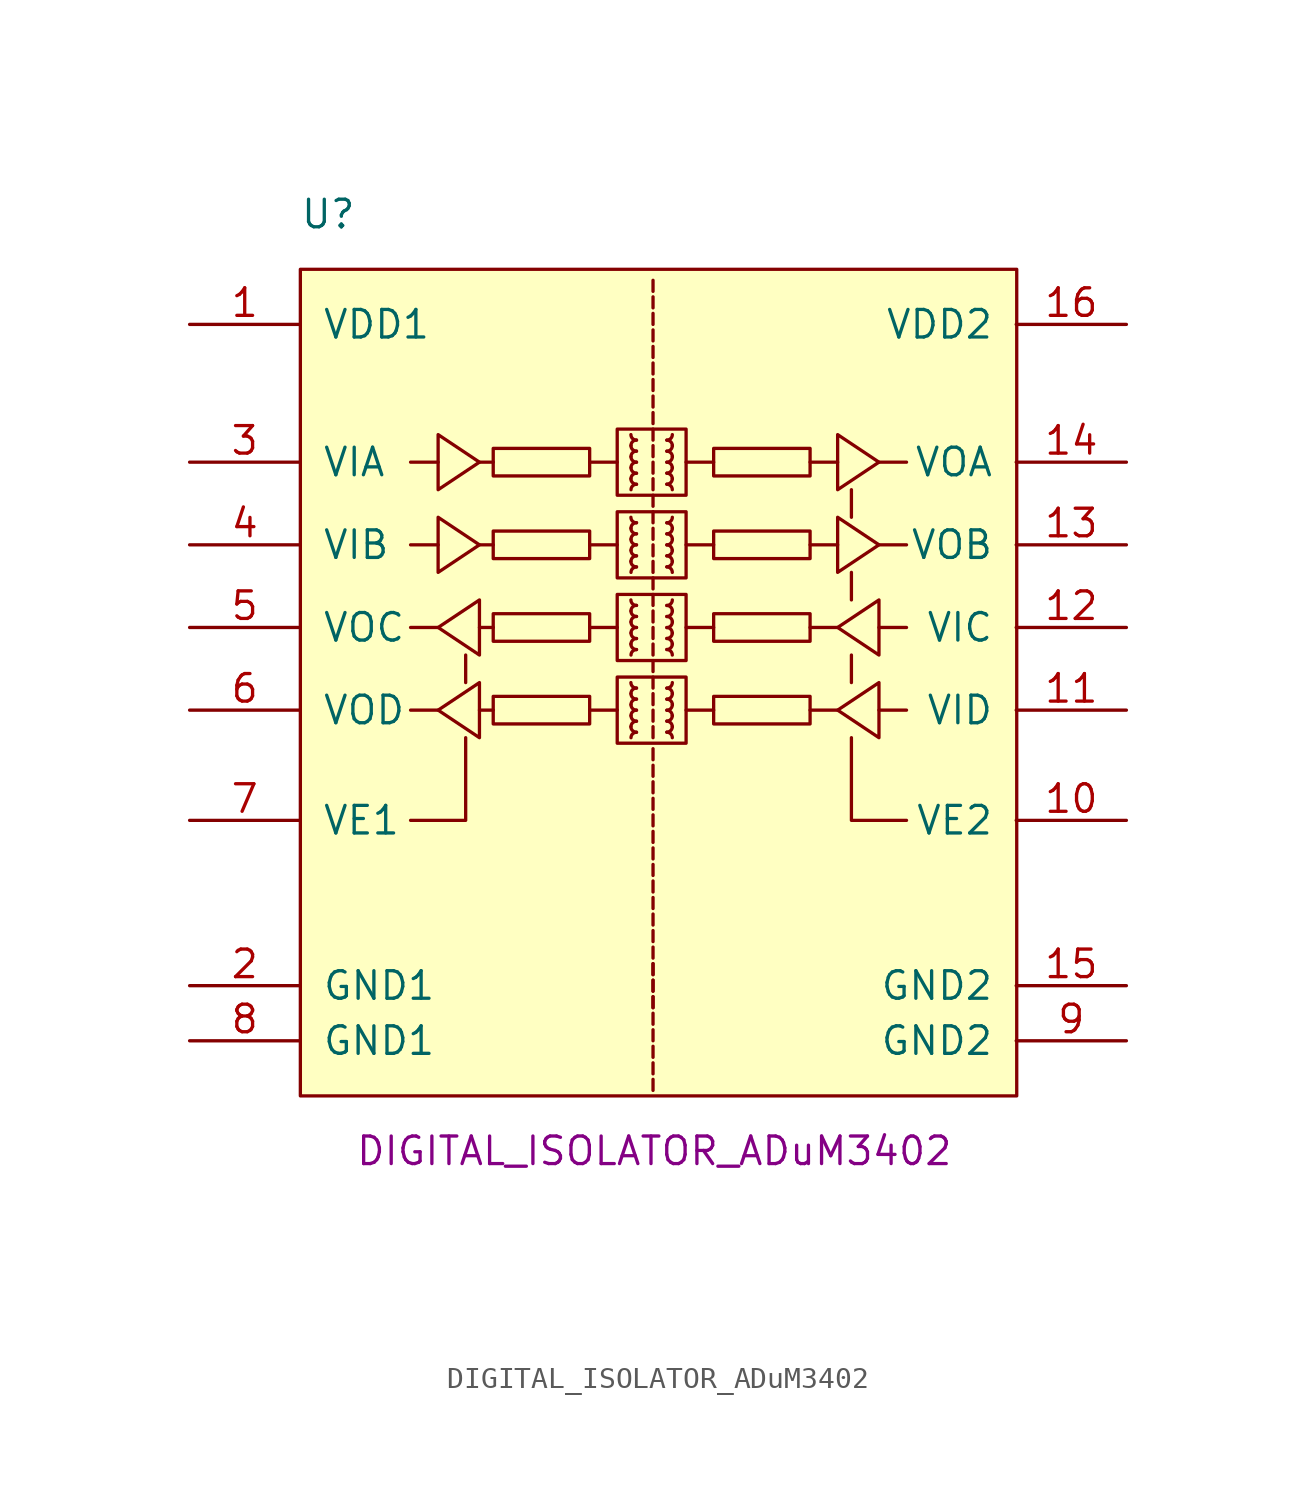
<source format=kicad_sym>
(kicad_symbol_lib
  (version 20211014)
  (generator kicad_symbol_editor)
  (symbol "DIGITAL_ISOLATOR_ADuM3402"
    (pin_names
      (offset 1.016))
    (property "Reference" "U"
      (at 5.08 38.1 0)
      (effects (font (size 1.27 1.27)) (justify left)))
    (property "Displayed Value" "DIGITAL_ISOLATOR_ADuM3402"
      (at 7.62 -5.08 0)
      (effects (font (size 1.27 1.27)) (justify left)))
    (property "Voltage" ""
      (at 22.225 -9.525 0)
      (effects (font (size 1.27 1.27)) (justify left)))
    (symbol "DIGITAL_ISOLATOR_ADuM3402_0_1"
      (polyline (pts (xy 10.185 22.86) (xy 11.455 22.86)) (stroke (width 0) (type default) (color 0 0 0 0)) (fill (type none)))
      (polyline (pts (xy 10.185 26.67) (xy 11.455 26.67)) (stroke (width 0) (type default) (color 0 0 0 0)) (fill (type none)))
      (polyline (pts (xy 11.455 15.24) (xy 10.185 15.24)) (stroke (width 0) (type default) (color 0 0 0 0)) (fill (type none)))
      (polyline (pts (xy 11.455 19.05) (xy 10.185 19.05)) (stroke (width 0) (type default) (color 0 0 0 0)) (fill (type none)))
      (polyline (pts (xy 12.725 16.51) (xy 12.725 17.78)) (stroke (width 0) (type default) (color 0 0 0 0)) (fill (type none)))
      (polyline (pts (xy 13.36 22.86) (xy 13.995 22.86)) (stroke (width 0) (type default) (color 0 0 0 0)) (fill (type none)))
      (polyline (pts (xy 13.36 26.67) (xy 13.995 26.67)) (stroke (width 0) (type default) (color 0 0 0 0)) (fill (type none)))
      (polyline (pts (xy 13.995 15.24) (xy 13.36 15.24)) (stroke (width 0) (type default) (color 0 0 0 0)) (fill (type none)))
      (polyline (pts (xy 13.995 19.05) (xy 13.36 19.05)) (stroke (width 0) (type default) (color 0 0 0 0)) (fill (type none)))
      (polyline (pts (xy 18.44 22.86) (xy 19.71 22.86)) (stroke (width 0) (type default) (color 0 0 0 0)) (fill (type none)))
      (polyline (pts (xy 18.44 26.67) (xy 19.71 26.67)) (stroke (width 0) (type default) (color 0 0 0 0)) (fill (type none)))
      (polyline (pts (xy 19.71 15.24) (xy 18.44 15.24)) (stroke (width 0) (type default) (color 0 0 0 0)) (fill (type none)))
      (polyline (pts (xy 19.71 19.05) (xy 18.44 19.05)) (stroke (width 0) (type default) (color 0 0 0 0)) (fill (type none)))
      (polyline (pts (xy 21.361 -1.778) (xy 21.361 -2.286)) (stroke (width 0) (type default) (color 0 0 0 0)) (fill (type none)))
      (polyline (pts (xy 21.361 -1.016) (xy 21.361 -1.524)) (stroke (width 0) (type default) (color 0 0 0 0)) (fill (type none)))
      (polyline (pts (xy 21.361 -0.254) (xy 21.361 -0.762)) (stroke (width 0) (type default) (color 0 0 0 0)) (fill (type none)))
      (polyline (pts (xy 21.361 0.508) (xy 21.361 0)) (stroke (width 0) (type default) (color 0 0 0 0)) (fill (type none)))
      (polyline (pts (xy 21.361 1.27) (xy 21.361 0.762)) (stroke (width 0) (type default) (color 0 0 0 0)) (fill (type none)))
      (polyline (pts (xy 21.361 2.032) (xy 21.361 1.524)) (stroke (width 0) (type default) (color 0 0 0 0)) (fill (type none)))
      (polyline (pts (xy 21.361 2.032) (xy 21.361 1.524)) (stroke (width 0) (type default) (color 0 0 0 0)) (fill (type none)))
      (polyline (pts (xy 21.361 2.794) (xy 21.361 2.286)) (stroke (width 0) (type default) (color 0 0 0 0)) (fill (type none)))
      (polyline (pts (xy 21.361 2.794) (xy 21.361 2.286)) (stroke (width 0) (type default) (color 0 0 0 0)) (fill (type none)))
      (polyline (pts (xy 21.361 3.556) (xy 21.361 3.048)) (stroke (width 0) (type default) (color 0 0 0 0)) (fill (type none)))
      (polyline (pts (xy 21.361 3.556) (xy 21.361 3.048)) (stroke (width 0) (type default) (color 0 0 0 0)) (fill (type none)))
      (polyline (pts (xy 21.361 4.318) (xy 21.361 3.81)) (stroke (width 0) (type default) (color 0 0 0 0)) (fill (type none)))
      (polyline (pts (xy 21.361 5.08) (xy 21.361 4.572)) (stroke (width 0) (type default) (color 0 0 0 0)) (fill (type none)))
      (polyline (pts (xy 21.361 5.842) (xy 21.361 5.334)) (stroke (width 0) (type default) (color 0 0 0 0)) (fill (type none)))
      (polyline (pts (xy 21.361 6.604) (xy 21.361 6.096)) (stroke (width 0) (type default) (color 0 0 0 0)) (fill (type none)))
      (polyline (pts (xy 21.361 7.366) (xy 21.361 6.858)) (stroke (width 0) (type default) (color 0 0 0 0)) (fill (type none)))
      (polyline (pts (xy 21.361 8.128) (xy 21.361 7.62)) (stroke (width 0) (type default) (color 0 0 0 0)) (fill (type none)))
      (polyline (pts (xy 21.361 8.89) (xy 21.361 8.382)) (stroke (width 0) (type default) (color 0 0 0 0)) (fill (type none)))
      (polyline (pts (xy 21.361 9.652) (xy 21.361 9.144)) (stroke (width 0) (type default) (color 0 0 0 0)) (fill (type none)))
      (polyline (pts (xy 21.361 10.414) (xy 21.361 9.906)) (stroke (width 0) (type default) (color 0 0 0 0)) (fill (type none)))
      (polyline (pts (xy 21.361 11.176) (xy 21.361 10.668)) (stroke (width 0) (type default) (color 0 0 0 0)) (fill (type none)))
      (polyline (pts (xy 21.361 11.938) (xy 21.361 11.43)) (stroke (width 0) (type default) (color 0 0 0 0)) (fill (type none)))
      (polyline (pts (xy 21.361 12.7) (xy 21.361 12.192)) (stroke (width 0) (type default) (color 0 0 0 0)) (fill (type none)))
      (polyline (pts (xy 21.361 13.462) (xy 21.361 12.954)) (stroke (width 0) (type default) (color 0 0 0 0)) (fill (type none)))
      (polyline (pts (xy 21.361 14.478) (xy 21.361 13.97)) (stroke (width 0) (type default) (color 0 0 0 0)) (fill (type none)))
      (polyline (pts (xy 21.361 15.24) (xy 21.361 14.732)) (stroke (width 0) (type default) (color 0 0 0 0)) (fill (type none)))
      (polyline (pts (xy 21.361 16.002) (xy 21.361 15.494)) (stroke (width 0) (type default) (color 0 0 0 0)) (fill (type none)))
      (polyline (pts (xy 21.361 16.764) (xy 21.361 16.256)) (stroke (width 0) (type default) (color 0 0 0 0)) (fill (type none)))
      (polyline (pts (xy 21.361 17.526) (xy 21.361 17.018)) (stroke (width 0) (type default) (color 0 0 0 0)) (fill (type none)))
      (polyline (pts (xy 21.361 18.288) (xy 21.361 17.78)) (stroke (width 0) (type default) (color 0 0 0 0)) (fill (type none)))
      (polyline (pts (xy 21.361 19.05) (xy 21.361 18.542)) (stroke (width 0) (type default) (color 0 0 0 0)) (fill (type none)))
      (polyline (pts (xy 21.361 19.812) (xy 21.361 19.304)) (stroke (width 0) (type default) (color 0 0 0 0)) (fill (type none)))
      (polyline (pts (xy 21.361 20.574) (xy 21.361 20.066)) (stroke (width 0) (type default) (color 0 0 0 0)) (fill (type none)))
      (polyline (pts (xy 21.361 21.336) (xy 21.361 20.828)) (stroke (width 0) (type default) (color 0 0 0 0)) (fill (type none)))
      (polyline (pts (xy 21.361 22.098) (xy 21.361 21.59)) (stroke (width 0) (type default) (color 0 0 0 0)) (fill (type none)))
      (polyline (pts (xy 21.361 22.86) (xy 21.361 22.352)) (stroke (width 0) (type default) (color 0 0 0 0)) (fill (type none)))
      (polyline (pts (xy 21.361 23.622) (xy 21.361 23.114)) (stroke (width 0) (type default) (color 0 0 0 0)) (fill (type none)))
      (polyline (pts (xy 21.361 24.384) (xy 21.361 23.876)) (stroke (width 0) (type default) (color 0 0 0 0)) (fill (type none)))
      (polyline (pts (xy 21.361 25.146) (xy 21.361 24.638)) (stroke (width 0) (type default) (color 0 0 0 0)) (fill (type none)))
      (polyline (pts (xy 21.361 25.908) (xy 21.361 25.4)) (stroke (width 0) (type default) (color 0 0 0 0)) (fill (type none)))
      (polyline (pts (xy 21.361 26.67) (xy 21.361 26.162)) (stroke (width 0) (type default) (color 0 0 0 0)) (fill (type none)))
      (polyline (pts (xy 21.361 27.432) (xy 21.361 26.924)) (stroke (width 0) (type default) (color 0 0 0 0)) (fill (type none)))
      (polyline (pts (xy 21.361 28.194) (xy 21.361 27.686)) (stroke (width 0) (type default) (color 0 0 0 0)) (fill (type none)))
      (polyline (pts (xy 21.361 28.956) (xy 21.361 28.448)) (stroke (width 0) (type default) (color 0 0 0 0)) (fill (type none)))
      (polyline (pts (xy 21.361 29.718) (xy 21.361 29.21)) (stroke (width 0) (type default) (color 0 0 0 0)) (fill (type none)))
      (polyline (pts (xy 21.361 30.48) (xy 21.361 29.972)) (stroke (width 0) (type default) (color 0 0 0 0)) (fill (type none)))
      (polyline (pts (xy 21.361 31.242) (xy 21.361 30.734)) (stroke (width 0) (type default) (color 0 0 0 0)) (fill (type none)))
      (polyline (pts (xy 21.361 32.004) (xy 21.361 31.496)) (stroke (width 0) (type default) (color 0 0 0 0)) (fill (type none)))
      (polyline (pts (xy 21.361 32.766) (xy 21.361 32.258)) (stroke (width 0) (type default) (color 0 0 0 0)) (fill (type none)))
      (polyline (pts (xy 21.361 33.528) (xy 21.361 33.02)) (stroke (width 0) (type default) (color 0 0 0 0)) (fill (type none)))
      (polyline (pts (xy 21.361 34.29) (xy 21.361 33.782)) (stroke (width 0) (type default) (color 0 0 0 0)) (fill (type none)))
      (polyline (pts (xy 21.361 35.052) (xy 21.361 34.544)) (stroke (width 0) (type default) (color 0 0 0 0)) (fill (type none)))
      (polyline (pts (xy 22.885 22.86) (xy 24.155 22.86)) (stroke (width 0) (type default) (color 0 0 0 0)) (fill (type none)))
      (polyline (pts (xy 22.885 26.67) (xy 24.155 26.67)) (stroke (width 0) (type default) (color 0 0 0 0)) (fill (type none)))
      (polyline (pts (xy 24.155 15.24) (xy 22.885 15.24)) (stroke (width 0) (type default) (color 0 0 0 0)) (fill (type none)))
      (polyline (pts (xy 24.155 19.05) (xy 22.885 19.05)) (stroke (width 0) (type default) (color 0 0 0 0)) (fill (type none)))
      (polyline (pts (xy 28.6 22.86) (xy 29.87 22.86)) (stroke (width 0) (type default) (color 0 0 0 0)) (fill (type none)))
      (polyline (pts (xy 28.6 26.67) (xy 29.87 26.67)) (stroke (width 0) (type default) (color 0 0 0 0)) (fill (type none)))
      (polyline (pts (xy 29.87 15.24) (xy 28.6 15.24)) (stroke (width 0) (type default) (color 0 0 0 0)) (fill (type none)))
      (polyline (pts (xy 29.87 19.05) (xy 28.6 19.05)) (stroke (width 0) (type default) (color 0 0 0 0)) (fill (type none)))
      (polyline (pts (xy 30.505 16.51) (xy 30.505 17.78)) (stroke (width 0) (type default) (color 0 0 0 0)) (fill (type none)))
      (polyline (pts (xy 30.505 20.32) (xy 30.505 21.59)) (stroke (width 0) (type default) (color 0 0 0 0)) (fill (type none)))
      (polyline (pts (xy 30.505 24.13) (xy 30.505 25.4)) (stroke (width 0) (type default) (color 0 0 0 0)) (fill (type none)))
      (polyline (pts (xy 31.775 22.86) (xy 33.045 22.86)) (stroke (width 0) (type default) (color 0 0 0 0)) (fill (type none)))
      (polyline (pts (xy 31.775 26.67) (xy 33.045 26.67)) (stroke (width 0) (type default) (color 0 0 0 0)) (fill (type none)))
      (polyline (pts (xy 33.045 15.24) (xy 31.775 15.24)) (stroke (width 0) (type default) (color 0 0 0 0)) (fill (type none)))
      (polyline (pts (xy 33.045 19.05) (xy 31.775 19.05)) (stroke (width 0) (type default) (color 0 0 0 0)) (fill (type none)))
      (polyline (pts (xy 10.185 10.16) (xy 12.725 10.16) (xy 12.725 13.97)) (stroke (width 0) (type default) (color 0 0 0 0)) (fill (type none)))
      (polyline (pts (xy 33.045 10.16) (xy 30.505 10.16) (xy 30.505 13.97)) (stroke (width 0) (type default) (color 0 0 0 0)) (fill (type none)))
      (polyline (pts (xy 11.455 24.13) (xy 11.455 21.59) (xy 13.36 22.86) (xy 11.455 24.13)) (stroke (width 0) (type default) (color 0 0 0 0)) (fill (type none)))
      (polyline (pts (xy 11.455 27.94) (xy 11.455 25.4) (xy 13.36 26.67) (xy 11.455 27.94)) (stroke (width 0) (type default) (color 0 0 0 0)) (fill (type none)))
      (polyline (pts (xy 13.36 16.51) (xy 13.36 13.97) (xy 11.455 15.24) (xy 13.36 16.51)) (stroke (width 0) (type default) (color 0 0 0 0)) (fill (type none)))
      (polyline (pts (xy 13.36 20.32) (xy 13.36 17.78) (xy 11.455 19.05) (xy 13.36 20.32)) (stroke (width 0) (type default) (color 0 0 0 0)) (fill (type none)))
      (polyline (pts (xy 29.87 24.13) (xy 29.87 21.59) (xy 31.775 22.86) (xy 29.87 24.13)) (stroke (width 0) (type default) (color 0 0 0 0)) (fill (type none)))
      (polyline (pts (xy 29.87 27.94) (xy 29.87 25.4) (xy 31.775 26.67) (xy 29.87 27.94)) (stroke (width 0) (type default) (color 0 0 0 0)) (fill (type none)))
      (polyline (pts (xy 31.775 16.51) (xy 31.775 13.97) (xy 29.87 15.24) (xy 31.775 16.51)) (stroke (width 0) (type default) (color 0 0 0 0)) (fill (type none)))
      (polyline (pts (xy 31.775 20.32) (xy 31.775 17.78) (xy 29.87 19.05) (xy 31.775 20.32)) (stroke (width 0) (type default) (color 0 0 0 0)) (fill (type none)))
      (polyline (pts (xy 13.995 23.495) (xy 13.995 22.225) (xy 18.44 22.225) (xy 18.44 23.495) (xy 13.995 23.495)) (stroke (width 0) (type default) (color 0 0 0 0)) (fill (type none)))
      (polyline (pts (xy 13.995 27.305) (xy 13.995 26.035) (xy 18.44 26.035) (xy 18.44 27.305) (xy 13.995 27.305)) (stroke (width 0) (type default) (color 0 0 0 0)) (fill (type none)))
      (polyline (pts (xy 18.44 15.875) (xy 18.44 14.605) (xy 13.995 14.605) (xy 13.995 15.875) (xy 18.44 15.875)) (stroke (width 0) (type default) (color 0 0 0 0)) (fill (type none)))
      (polyline (pts (xy 18.44 19.685) (xy 18.44 18.415) (xy 13.995 18.415) (xy 13.995 19.685) (xy 18.44 19.685)) (stroke (width 0) (type default) (color 0 0 0 0)) (fill (type none)))
      (polyline (pts (xy 24.155 23.495) (xy 24.155 22.225) (xy 28.6 22.225) (xy 28.6 23.495) (xy 24.155 23.495)) (stroke (width 0) (type default) (color 0 0 0 0)) (fill (type none)))
      (polyline (pts (xy 24.155 27.305) (xy 24.155 26.035) (xy 28.6 26.035) (xy 28.6 27.305) (xy 24.155 27.305)) (stroke (width 0) (type default) (color 0 0 0 0)) (fill (type none)))
      (polyline (pts (xy 28.6 15.875) (xy 28.6 14.605) (xy 24.155 14.605) (xy 24.155 15.875) (xy 28.6 15.875)) (stroke (width 0) (type default) (color 0 0 0 0)) (fill (type none)))
      (polyline (pts (xy 28.6 19.685) (xy 28.6 18.415) (xy 24.155 18.415) (xy 24.155 19.685) (xy 28.6 19.685)) (stroke (width 0) (type default) (color 0 0 0 0)) (fill (type none)))
      (polyline (pts (xy 19.71 24.13) (xy 19.71 21.336) (xy 22.885 21.336) (xy 22.885 24.384) (xy 19.71 24.384) (xy 19.71 24.13)) (stroke (width 0) (type default) (color 0 0 0 0)) (fill (type none)))
      (polyline (pts (xy 19.71 27.94) (xy 19.71 25.146) (xy 22.885 25.146) (xy 22.885 28.194) (xy 19.71 28.194) (xy 19.71 27.94)) (stroke (width 0) (type default) (color 0 0 0 0)) (fill (type none)))
      (polyline (pts (xy 22.885 16.51) (xy 22.885 13.716) (xy 19.71 13.716) (xy 19.71 16.764) (xy 22.885 16.764) (xy 22.885 16.51)) (stroke (width 0) (type default) (color 0 0 0 0)) (fill (type none)))
      (polyline (pts (xy 22.885 20.32) (xy 22.885 17.526) (xy 19.71 17.526) (xy 19.71 20.574) (xy 22.885 20.574) (xy 22.885 20.32)) (stroke (width 0) (type default) (color 0 0 0 0)) (fill (type none)))
      (rectangle (start 5.105 35.56) (end 38.125 -2.54) (stroke (width 0) (type default) (color 0 0 0 0)) (fill (type background)))
      (arc (start 20.3454 14.478) (mid 20.1653 14.0445) (end 20.5994 14.224) (stroke (width 0) (type default) (color 0 0 0 0)) (fill (type none)))
      (arc (start 20.3454 14.986) (mid 20.1713 14.5466) (end 20.5994 14.732) (stroke (width 0) (type default) (color 0 0 0 0)) (fill (type none)))
      (arc (start 20.3454 15.494) (mid 20.172 15.0587) (end 20.5994 15.24) (stroke (width 0) (type default) (color 0 0 0 0)) (fill (type none)))
      (arc (start 20.3454 16.002) (mid 20.1727 15.5709) (end 20.5994 15.748) (stroke (width 0) (type default) (color 0 0 0 0)) (fill (type none)))
      (arc (start 20.3454 16.51) (mid 20.1653 16.0765) (end 20.5994 16.256) (stroke (width 0) (type default) (color 0 0 0 0)) (fill (type none)))
      (arc (start 20.3454 18.288) (mid 20.1653 17.8545) (end 20.5994 18.034) (stroke (width 0) (type default) (color 0 0 0 0)) (fill (type none)))
      (arc (start 20.3454 18.796) (mid 20.1713 18.3566) (end 20.5994 18.542) (stroke (width 0) (type default) (color 0 0 0 0)) (fill (type none)))
      (arc (start 20.3454 19.304) (mid 20.172 18.8687) (end 20.5994 19.05) (stroke (width 0) (type default) (color 0 0 0 0)) (fill (type none)))
      (arc (start 20.3454 19.812) (mid 20.1727 19.3809) (end 20.5994 19.558) (stroke (width 0) (type default) (color 0 0 0 0)) (fill (type none)))
      (arc (start 20.3454 20.32) (mid 20.1653 19.8865) (end 20.5994 20.066) (stroke (width 0) (type default) (color 0 0 0 0)) (fill (type none)))
      (arc (start 20.3454 22.098) (mid 20.1653 21.6645) (end 20.5994 21.844) (stroke (width 0) (type default) (color 0 0 0 0)) (fill (type none)))
      (arc (start 20.3454 22.606) (mid 20.1713 22.1666) (end 20.5994 22.352) (stroke (width 0) (type default) (color 0 0 0 0)) (fill (type none)))
      (arc (start 20.3454 23.114) (mid 20.172 22.6787) (end 20.5994 22.86) (stroke (width 0) (type default) (color 0 0 0 0)) (fill (type none)))
      (arc (start 20.3454 23.622) (mid 20.1727 23.1909) (end 20.5994 23.368) (stroke (width 0) (type default) (color 0 0 0 0)) (fill (type none)))
      (arc (start 20.3454 24.13) (mid 20.1653 23.6965) (end 20.5994 23.876) (stroke (width 0) (type default) (color 0 0 0 0)) (fill (type none)))
      (arc (start 20.3454 25.908) (mid 20.1653 25.4745) (end 20.5994 25.654) (stroke (width 0) (type default) (color 0 0 0 0)) (fill (type none)))
      (arc (start 20.3454 26.416) (mid 20.1713 25.9766) (end 20.5994 26.162) (stroke (width 0) (type default) (color 0 0 0 0)) (fill (type none)))
      (arc (start 20.3454 26.924) (mid 20.172 26.4887) (end 20.5994 26.67) (stroke (width 0) (type default) (color 0 0 0 0)) (fill (type none)))
      (arc (start 20.3454 27.432) (mid 20.1727 27.0009) (end 20.5994 27.178) (stroke (width 0) (type default) (color 0 0 0 0)) (fill (type none)))
      (arc (start 20.3454 27.94) (mid 20.1653 27.5065) (end 20.5994 27.686) (stroke (width 0) (type default) (color 0 0 0 0)) (fill (type none)))
      (arc (start 20.5994 14.224) (mid 20.1738 14.3966) (end 20.3454 13.97) (stroke (width 0) (type default) (color 0 0 0 0)) (fill (type none)))
      (arc (start 20.5994 14.732) (mid 20.1745 14.9073) (end 20.3454 14.478) (stroke (width 0) (type default) (color 0 0 0 0)) (fill (type none)))
      (arc (start 20.5994 15.24) (mid 20.1753 15.4179) (end 20.3454 14.986) (stroke (width 0) (type default) (color 0 0 0 0)) (fill (type none)))
      (arc (start 20.5994 15.748) (mid 20.1759 15.9286) (end 20.3454 15.494) (stroke (width 0) (type default) (color 0 0 0 0)) (fill (type none)))
      (arc (start 20.5994 16.256) (mid 20.1766 16.4393) (end 20.3454 16.002) (stroke (width 0) (type default) (color 0 0 0 0)) (fill (type none)))
      (arc (start 20.5994 18.034) (mid 20.1738 18.2066) (end 20.3454 17.78) (stroke (width 0) (type default) (color 0 0 0 0)) (fill (type none)))
      (arc (start 20.5994 18.542) (mid 20.1745 18.7173) (end 20.3454 18.288) (stroke (width 0) (type default) (color 0 0 0 0)) (fill (type none)))
      (arc (start 20.5994 19.05) (mid 20.1753 19.2279) (end 20.3454 18.796) (stroke (width 0) (type default) (color 0 0 0 0)) (fill (type none)))
      (arc (start 20.5994 19.558) (mid 20.1759 19.7386) (end 20.3454 19.304) (stroke (width 0) (type default) (color 0 0 0 0)) (fill (type none)))
      (arc (start 20.5994 20.066) (mid 20.1766 20.2493) (end 20.3454 19.812) (stroke (width 0) (type default) (color 0 0 0 0)) (fill (type none)))
      (arc (start 20.5994 21.844) (mid 20.1738 22.0166) (end 20.3454 21.59) (stroke (width 0) (type default) (color 0 0 0 0)) (fill (type none)))
      (arc (start 20.5994 22.352) (mid 20.1745 22.5273) (end 20.3454 22.098) (stroke (width 0) (type default) (color 0 0 0 0)) (fill (type none)))
      (arc (start 20.5994 22.86) (mid 20.1753 23.0379) (end 20.3454 22.606) (stroke (width 0) (type default) (color 0 0 0 0)) (fill (type none)))
      (arc (start 20.5994 23.368) (mid 20.1759 23.5486) (end 20.3454 23.114) (stroke (width 0) (type default) (color 0 0 0 0)) (fill (type none)))
      (arc (start 20.5994 23.876) (mid 20.1766 24.0593) (end 20.3454 23.622) (stroke (width 0) (type default) (color 0 0 0 0)) (fill (type none)))
      (arc (start 20.5994 25.654) (mid 20.1738 25.8266) (end 20.3454 25.4) (stroke (width 0) (type default) (color 0 0 0 0)) (fill (type none)))
      (arc (start 20.5994 26.162) (mid 20.1745 26.3373) (end 20.3454 25.908) (stroke (width 0) (type default) (color 0 0 0 0)) (fill (type none)))
      (arc (start 20.5994 26.67) (mid 20.1753 26.8479) (end 20.3454 26.416) (stroke (width 0) (type default) (color 0 0 0 0)) (fill (type none)))
      (arc (start 20.5994 27.178) (mid 20.1759 27.3586) (end 20.3454 26.924) (stroke (width 0) (type default) (color 0 0 0 0)) (fill (type none)))
      (arc (start 20.5994 27.686) (mid 20.1766 27.8693) (end 20.3454 27.432) (stroke (width 0) (type default) (color 0 0 0 0)) (fill (type none)))
      (arc (start 21.9964 14.224) (mid 22.4278 14.0391) (end 22.2504 14.478) (stroke (width 0) (type default) (color 0 0 0 0)) (fill (type none)))
      (arc (start 21.9964 14.732) (mid 22.4285 14.5498) (end 22.2504 14.986) (stroke (width 0) (type default) (color 0 0 0 0)) (fill (type none)))
      (arc (start 21.9964 15.24) (mid 22.4292 15.0605) (end 22.2504 15.494) (stroke (width 0) (type default) (color 0 0 0 0)) (fill (type none)))
      (arc (start 21.9964 15.748) (mid 22.4299 15.5712) (end 22.2504 16.002) (stroke (width 0) (type default) (color 0 0 0 0)) (fill (type none)))
      (arc (start 21.9964 16.256) (mid 22.4306 16.0819) (end 22.2504 16.51) (stroke (width 0) (type default) (color 0 0 0 0)) (fill (type none)))
      (arc (start 21.9964 18.034) (mid 22.4278 17.8491) (end 22.2504 18.288) (stroke (width 0) (type default) (color 0 0 0 0)) (fill (type none)))
      (arc (start 21.9964 18.542) (mid 22.4285 18.3598) (end 22.2504 18.796) (stroke (width 0) (type default) (color 0 0 0 0)) (fill (type none)))
      (arc (start 21.9964 19.05) (mid 22.4292 18.8705) (end 22.2504 19.304) (stroke (width 0) (type default) (color 0 0 0 0)) (fill (type none)))
      (arc (start 21.9964 19.558) (mid 22.4299 19.3812) (end 22.2504 19.812) (stroke (width 0) (type default) (color 0 0 0 0)) (fill (type none)))
      (arc (start 21.9964 20.066) (mid 22.4306 19.8919) (end 22.2504 20.32) (stroke (width 0) (type default) (color 0 0 0 0)) (fill (type none)))
      (arc (start 21.9964 21.844) (mid 22.4278 21.6591) (end 22.2504 22.098) (stroke (width 0) (type default) (color 0 0 0 0)) (fill (type none)))
      (arc (start 21.9964 22.352) (mid 22.4285 22.1698) (end 22.2504 22.606) (stroke (width 0) (type default) (color 0 0 0 0)) (fill (type none)))
      (arc (start 21.9964 22.86) (mid 22.4292 22.6805) (end 22.2504 23.114) (stroke (width 0) (type default) (color 0 0 0 0)) (fill (type none)))
      (arc (start 21.9964 23.368) (mid 22.4299 23.1912) (end 22.2504 23.622) (stroke (width 0) (type default) (color 0 0 0 0)) (fill (type none)))
      (arc (start 21.9964 23.876) (mid 22.4306 23.7019) (end 22.2504 24.13) (stroke (width 0) (type default) (color 0 0 0 0)) (fill (type none)))
      (arc (start 21.9964 25.654) (mid 22.4278 25.4691) (end 22.2504 25.908) (stroke (width 0) (type default) (color 0 0 0 0)) (fill (type none)))
      (arc (start 21.9964 26.162) (mid 22.4285 25.9798) (end 22.2504 26.416) (stroke (width 0) (type default) (color 0 0 0 0)) (fill (type none)))
      (arc (start 21.9964 26.67) (mid 22.4292 26.4905) (end 22.2504 26.924) (stroke (width 0) (type default) (color 0 0 0 0)) (fill (type none)))
      (arc (start 21.9964 27.178) (mid 22.4299 27.0012) (end 22.2504 27.432) (stroke (width 0) (type default) (color 0 0 0 0)) (fill (type none)))
      (arc (start 21.9964 27.686) (mid 22.4306 27.5119) (end 22.2504 27.94) (stroke (width 0) (type default) (color 0 0 0 0)) (fill (type none)))
      (arc (start 22.2504 13.97) (mid 22.4295 14.4037) (end 21.9964 14.224) (stroke (width 0) (type default) (color 0 0 0 0)) (fill (type none)))
      (arc (start 22.2504 14.478) (mid 22.4288 14.9076) (end 21.9964 14.732) (stroke (width 0) (type default) (color 0 0 0 0)) (fill (type none)))
      (arc (start 22.2504 14.986) (mid 22.4295 15.4197) (end 21.9964 15.24) (stroke (width 0) (type default) (color 0 0 0 0)) (fill (type none)))
      (arc (start 22.2504 15.494) (mid 22.4302 15.9319) (end 21.9964 15.748) (stroke (width 0) (type default) (color 0 0 0 0)) (fill (type none)))
      (arc (start 22.2504 16.002) (mid 22.4295 16.4357) (end 21.9964 16.256) (stroke (width 0) (type default) (color 0 0 0 0)) (fill (type none)))
      (arc (start 22.2504 17.78) (mid 22.4295 18.2137) (end 21.9964 18.034) (stroke (width 0) (type default) (color 0 0 0 0)) (fill (type none)))
      (arc (start 22.2504 18.288) (mid 22.4288 18.7176) (end 21.9964 18.542) (stroke (width 0) (type default) (color 0 0 0 0)) (fill (type none)))
      (arc (start 22.2504 18.796) (mid 22.4295 19.2297) (end 21.9964 19.05) (stroke (width 0) (type default) (color 0 0 0 0)) (fill (type none)))
      (arc (start 22.2504 19.304) (mid 22.4302 19.7419) (end 21.9964 19.558) (stroke (width 0) (type default) (color 0 0 0 0)) (fill (type none)))
      (arc (start 22.2504 19.812) (mid 22.4295 20.2457) (end 21.9964 20.066) (stroke (width 0) (type default) (color 0 0 0 0)) (fill (type none)))
      (arc (start 22.2504 21.59) (mid 22.4295 22.0237) (end 21.9964 21.844) (stroke (width 0) (type default) (color 0 0 0 0)) (fill (type none)))
      (arc (start 22.2504 22.098) (mid 22.4288 22.5276) (end 21.9964 22.352) (stroke (width 0) (type default) (color 0 0 0 0)) (fill (type none)))
      (arc (start 22.2504 22.606) (mid 22.4295 23.0397) (end 21.9964 22.86) (stroke (width 0) (type default) (color 0 0 0 0)) (fill (type none)))
      (arc (start 22.2504 23.114) (mid 22.4302 23.5519) (end 21.9964 23.368) (stroke (width 0) (type default) (color 0 0 0 0)) (fill (type none)))
      (arc (start 22.2504 23.622) (mid 22.4295 24.0557) (end 21.9964 23.876) (stroke (width 0) (type default) (color 0 0 0 0)) (fill (type none)))
      (arc (start 22.2504 25.4) (mid 22.4295 25.8337) (end 21.9964 25.654) (stroke (width 0) (type default) (color 0 0 0 0)) (fill (type none)))
      (arc (start 22.2504 25.908) (mid 22.4288 26.3376) (end 21.9964 26.162) (stroke (width 0) (type default) (color 0 0 0 0)) (fill (type none)))
      (arc (start 22.2504 26.416) (mid 22.4295 26.8497) (end 21.9964 26.67) (stroke (width 0) (type default) (color 0 0 0 0)) (fill (type none)))
      (arc (start 22.2504 26.924) (mid 22.4302 27.3619) (end 21.9964 27.178) (stroke (width 0) (type default) (color 0 0 0 0)) (fill (type none)))
      (arc (start 22.2504 27.432) (mid 22.4295 27.8657) (end 21.9964 27.686) (stroke (width 0) (type default) (color 0 0 0 0)) (fill (type none))))
    (symbol "DIGITAL_ISOLATOR_ADuM3402_1_1"
      (pin power_in line (at 0 33.02 0) (length 5.08) (name "VDD1" (effects (font (size 1.27 1.27)))) (number "1" (effects (font (size 1.27 1.27)))))
      (pin input line (at 43.18 10.16 180) (length 5.08) (name "VE2" (effects (font (size 1.27 1.27)))) (number "10" (effects (font (size 1.27 1.27)))))
      (pin input line (at 43.18 15.24 180) (length 5.08) (name "VID" (effects (font (size 1.27 1.27)))) (number "11" (effects (font (size 1.27 1.27)))))
      (pin input line (at 43.18 19.05 180) (length 5.08) (name "VIC" (effects (font (size 1.27 1.27)))) (number "12" (effects (font (size 1.27 1.27)))))
      (pin output line (at 43.18 22.86 180) (length 5.08) (name "VOB" (effects (font (size 1.27 1.27)))) (number "13" (effects (font (size 1.27 1.27)))))
      (pin output line (at 43.18 26.67 180) (length 5.08) (name "VOA" (effects (font (size 1.27 1.27)))) (number "14" (effects (font (size 1.27 1.27)))))
      (pin power_in line (at 43.18 2.54 180) (length 5.08) (name "GND2" (effects (font (size 1.27 1.27)))) (number "15" (effects (font (size 1.27 1.27)))))
      (pin power_in line (at 43.18 33.02 180) (length 5.08) (name "VDD2" (effects (font (size 1.27 1.27)))) (number "16" (effects (font (size 1.27 1.27)))))
      (pin power_in line (at 0 2.54 0) (length 5.08) (name "GND1" (effects (font (size 1.27 1.27)))) (number "2" (effects (font (size 1.27 1.27)))))
      (pin input line (at 0 26.67 0) (length 5.08) (name "VIA" (effects (font (size 1.27 1.27)))) (number "3" (effects (font (size 1.27 1.27)))))
      (pin input line (at 0 22.86 0) (length 5.08) (name "VIB" (effects (font (size 1.27 1.27)))) (number "4" (effects (font (size 1.27 1.27)))))
      (pin output line (at 0 19.05 0) (length 5.08) (name "VOC" (effects (font (size 1.27 1.27)))) (number "5" (effects (font (size 1.27 1.27)))))
      (pin output line (at 0 15.24 0) (length 5.08) (name "VOD" (effects (font (size 1.27 1.27)))) (number "6" (effects (font (size 1.27 1.27)))))
      (pin input line (at 0 10.16 0) (length 5.08) (name "VE1" (effects (font (size 1.27 1.27)))) (number "7" (effects (font (size 1.27 1.27)))))
      (pin power_in line (at 0 0 0) (length 5.08) (name "GND1" (effects (font (size 1.27 1.27)))) (number "8" (effects (font (size 1.27 1.27)))))
      (pin power_in line (at 43.18 0 180) (length 5.08) (name "GND2" (effects (font (size 1.27 1.27)))) (number "9" (effects (font (size 1.27 1.27))))))))
</source>
